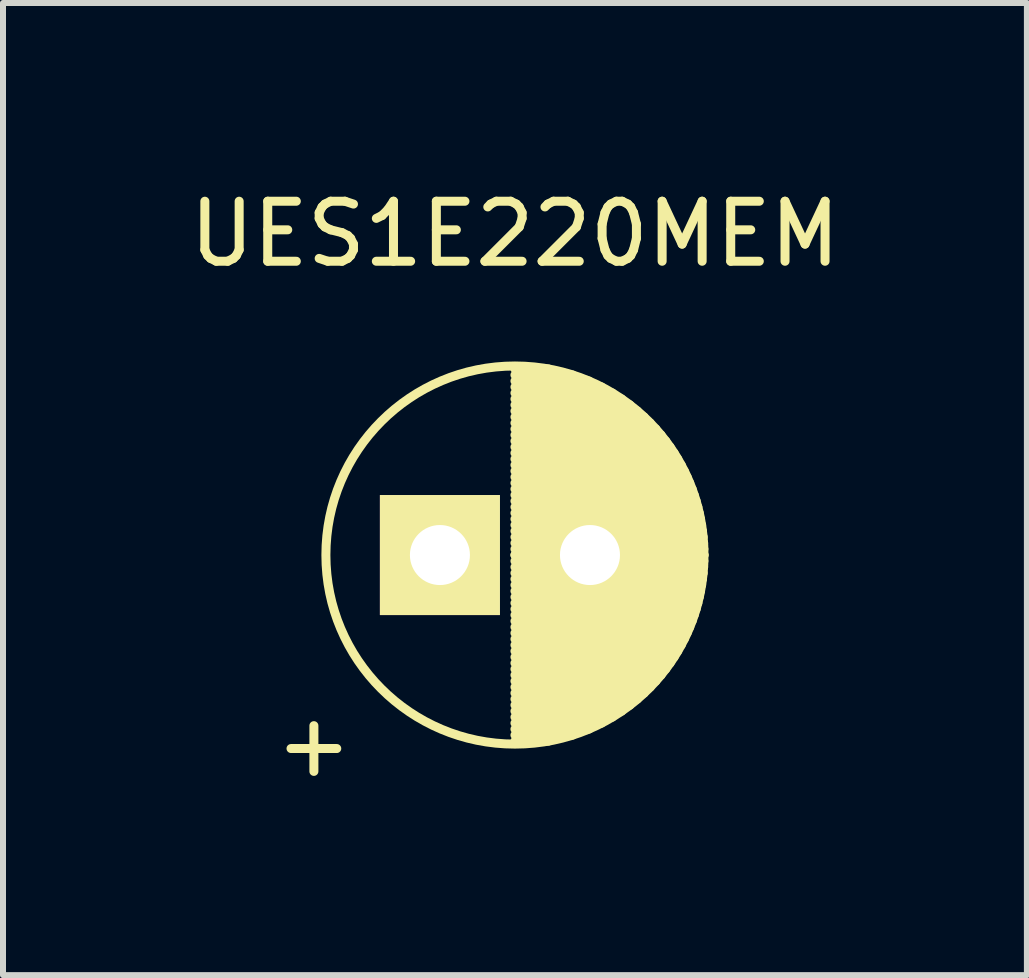
<source format=kicad_pcb>
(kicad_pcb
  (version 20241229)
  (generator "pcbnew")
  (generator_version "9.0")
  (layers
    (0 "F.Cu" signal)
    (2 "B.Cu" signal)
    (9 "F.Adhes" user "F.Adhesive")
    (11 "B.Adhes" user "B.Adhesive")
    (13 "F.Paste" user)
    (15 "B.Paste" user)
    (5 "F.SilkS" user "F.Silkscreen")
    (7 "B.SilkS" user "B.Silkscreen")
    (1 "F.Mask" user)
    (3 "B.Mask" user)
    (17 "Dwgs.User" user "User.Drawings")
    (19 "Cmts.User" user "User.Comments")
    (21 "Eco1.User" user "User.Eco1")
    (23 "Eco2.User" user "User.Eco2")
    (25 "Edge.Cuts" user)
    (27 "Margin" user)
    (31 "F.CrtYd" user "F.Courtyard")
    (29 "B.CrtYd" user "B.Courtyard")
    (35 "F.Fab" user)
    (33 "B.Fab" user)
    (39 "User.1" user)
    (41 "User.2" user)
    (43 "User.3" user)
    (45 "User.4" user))
  (footprint "UES1E220MEM"
    (layer "F.Cu")
    (at 4.28 6.198)
    (property "Reference" "UES1E220MEM" (at 1.25 -5.35 0) (layer "F.SilkS") (effects (font (size 1 1) (thickness 0.15))))
    (attr through_hole)
    (fp_line (start 1.25 -3.1) (end 1.809 -3.1) (stroke (width 0.15) (type solid)) (layer "F.SilkS"))
    (fp_line (start 1.25 -3) (end 2.21 -3) (stroke (width 0.15) (type solid)) (layer "F.SilkS"))
    (fp_line (start 1.25 -2.9) (end 2.48 -2.9) (stroke (width 0.15) (type solid)) (layer "F.SilkS"))
    (fp_line (start 1.25 -2.8) (end 2.693 -2.8) (stroke (width 0.15) (type solid)) (layer "F.SilkS"))
    (fp_line (start 1.25 -2.7) (end 2.872 -2.7) (stroke (width 0.15) (type solid)) (layer "F.SilkS"))
    (fp_line (start 1.25 -2.6) (end 3.028 -2.6) (stroke (width 0.15) (type solid)) (layer "F.SilkS"))
    (fp_line (start 1.25 -2.5) (end 3.166 -2.5) (stroke (width 0.15) (type solid)) (layer "F.SilkS"))
    (fp_line (start 1.25 -2.4) (end 3.29 -2.4) (stroke (width 0.15) (type solid)) (layer "F.SilkS"))
    (fp_line (start 1.25 -2.3) (end 3.402 -2.3) (stroke (width 0.15) (type solid)) (layer "F.SilkS"))
    (fp_line (start 1.25 -2.2) (end 3.504 -2.2) (stroke (width 0.15) (type solid)) (layer "F.SilkS"))
    (fp_line (start 1.25 -2.1) (end 3.598 -2.1) (stroke (width 0.15) (type solid)) (layer "F.SilkS"))
    (fp_line (start 1.25 -2) (end 3.684 -2) (stroke (width 0.15) (type solid)) (layer "F.SilkS"))
    (fp_line (start 1.25 -1.9) (end 3.762 -1.9) (stroke (width 0.15) (type solid)) (layer "F.SilkS"))
    (fp_line (start 1.25 -1.8) (end 3.835 -1.8) (stroke (width 0.15) (type solid)) (layer "F.SilkS"))
    (fp_line (start 1.25 -1.7) (end 3.902 -1.7) (stroke (width 0.15) (type solid)) (layer "F.SilkS"))
    (fp_line (start 1.25 -1.6) (end 3.963 -1.6) (stroke (width 0.15) (type solid)) (layer "F.SilkS"))
    (fp_line (start 1.25 -1.5) (end 4.02 -1.5) (stroke (width 0.15) (type solid)) (layer "F.SilkS"))
    (fp_line (start 1.25 -1.4) (end 4.072 -1.4) (stroke (width 0.15) (type solid)) (layer "F.SilkS"))
    (fp_line (start 1.25 -1.3) (end 4.119 -1.3) (stroke (width 0.15) (type solid)) (layer "F.SilkS"))
    (fp_line (start 1.25 -1.2) (end 4.162 -1.2) (stroke (width 0.15) (type solid)) (layer "F.SilkS"))
    (fp_line (start 1.25 -1.1) (end 4.202 -1.1) (stroke (width 0.15) (type solid)) (layer "F.SilkS"))
    (fp_line (start 1.25 -1) (end 4.237 -1) (stroke (width 0.15) (type solid)) (layer "F.SilkS"))
    (fp_line (start 1.25 -0.9) (end 4.269 -0.9) (stroke (width 0.15) (type solid)) (layer "F.SilkS"))
    (fp_line (start 1.25 -0.8) (end 4.297 -0.8) (stroke (width 0.15) (type solid)) (layer "F.SilkS"))
    (fp_line (start 1.25 -0.7) (end 4.321 -0.7) (stroke (width 0.15) (type solid)) (layer "F.SilkS"))
    (fp_line (start 1.25 -0.6) (end 4.342 -0.6) (stroke (width 0.15) (type solid)) (layer "F.SilkS"))
    (fp_line (start 1.25 -0.5) (end 4.36 -0.5) (stroke (width 0.15) (type solid)) (layer "F.SilkS"))
    (fp_line (start 1.25 -0.4) (end 4.375 -0.4) (stroke (width 0.15) (type solid)) (layer "F.SilkS"))
    (fp_line (start 1.25 -0.3) (end 4.386 -0.3) (stroke (width 0.15) (type solid)) (layer "F.SilkS"))
    (fp_line (start 1.25 -0.2) (end 4.394 -0.2) (stroke (width 0.15) (type solid)) (layer "F.SilkS"))
    (fp_line (start 1.25 -0.1) (end 4.398 -0.1) (stroke (width 0.15) (type solid)) (layer "F.SilkS"))
    (fp_line (start 1.25 0) (end 4.4 0) (stroke (width 0.15) (type solid)) (layer "F.SilkS"))
    (fp_line (start 1.25 0) (end 4.4 0) (stroke (width 0.15) (type solid)) (layer "F.SilkS"))
    (fp_line (start 1.25 0.1) (end 4.398 0.1) (stroke (width 0.15) (type solid)) (layer "F.SilkS"))
    (fp_line (start 1.25 0.2) (end 4.394 0.2) (stroke (width 0.15) (type solid)) (layer "F.SilkS"))
    (fp_line (start 1.25 0.3) (end 4.386 0.3) (stroke (width 0.15) (type solid)) (layer "F.SilkS"))
    (fp_line (start 1.25 0.4) (end 4.375 0.4) (stroke (width 0.15) (type solid)) (layer "F.SilkS"))
    (fp_line (start 1.25 0.5) (end 4.36 0.5) (stroke (width 0.15) (type solid)) (layer "F.SilkS"))
    (fp_line (start 1.25 0.6) (end 4.342 0.6) (stroke (width 0.15) (type solid)) (layer "F.SilkS"))
    (fp_line (start 1.25 0.7) (end 4.321 0.7) (stroke (width 0.15) (type solid)) (layer "F.SilkS"))
    (fp_line (start 1.25 0.8) (end 4.297 0.8) (stroke (width 0.15) (type solid)) (layer "F.SilkS"))
    (fp_line (start 1.25 0.9) (end 4.269 0.9) (stroke (width 0.15) (type solid)) (layer "F.SilkS"))
    (fp_line (start 1.25 1) (end 4.237 1) (stroke (width 0.15) (type solid)) (layer "F.SilkS"))
    (fp_line (start 1.25 1.1) (end 4.202 1.1) (stroke (width 0.15) (type solid)) (layer "F.SilkS"))
    (fp_line (start 1.25 1.2) (end 4.162 1.2) (stroke (width 0.15) (type solid)) (layer "F.SilkS"))
    (fp_line (start 1.25 1.3) (end 4.119 1.3) (stroke (width 0.15) (type solid)) (layer "F.SilkS"))
    (fp_line (start 1.25 1.4) (end 4.072 1.4) (stroke (width 0.15) (type solid)) (layer "F.SilkS"))
    (fp_line (start 1.25 1.5) (end 4.02 1.5) (stroke (width 0.15) (type solid)) (layer "F.SilkS"))
    (fp_line (start 1.25 1.6) (end 3.963 1.6) (stroke (width 0.15) (type solid)) (layer "F.SilkS"))
    (fp_line (start 1.25 1.7) (end 3.902 1.7) (stroke (width 0.15) (type solid)) (layer "F.SilkS"))
    (fp_line (start 1.25 1.8) (end 3.835 1.8) (stroke (width 0.15) (type solid)) (layer "F.SilkS"))
    (fp_line (start 1.25 1.9) (end 3.762 1.9) (stroke (width 0.15) (type solid)) (layer "F.SilkS"))
    (fp_line (start 1.25 2) (end 3.684 2) (stroke (width 0.15) (type solid)) (layer "F.SilkS"))
    (fp_line (start 1.25 2.1) (end 3.598 2.1) (stroke (width 0.15) (type solid)) (layer "F.SilkS"))
    (fp_line (start 1.25 2.2) (end 3.504 2.2) (stroke (width 0.15) (type solid)) (layer "F.SilkS"))
    (fp_line (start 1.25 2.3) (end 3.402 2.3) (stroke (width 0.15) (type solid)) (layer "F.SilkS"))
    (fp_line (start 1.25 2.4) (end 3.29 2.4) (stroke (width 0.15) (type solid)) (layer "F.SilkS"))
    (fp_line (start 1.25 2.5) (end 3.166 2.5) (stroke (width 0.15) (type solid)) (layer "F.SilkS"))
    (fp_line (start 1.25 2.6) (end 3.028 2.6) (stroke (width 0.15) (type solid)) (layer "F.SilkS"))
    (fp_line (start 1.25 2.7) (end 2.872 2.7) (stroke (width 0.15) (type solid)) (layer "F.SilkS"))
    (fp_line (start 1.25 2.8) (end 2.693 2.8) (stroke (width 0.15) (type solid)) (layer "F.SilkS"))
    (fp_line (start 1.25 2.9) (end 2.48 2.9) (stroke (width 0.15) (type solid)) (layer "F.SilkS"))
    (fp_line (start 1.25 3) (end 2.21 3) (stroke (width 0.15) (type solid)) (layer "F.SilkS"))
    (fp_line (start 1.25 3.1) (end 1.809 3.1) (stroke (width 0.15) (type solid)) (layer "F.SilkS"))
    (fp_circle (center 1.25 0) (end 1.25 -3.15) (stroke (width 0.15) (type solid)) (fill no) (layer "F.SilkS"))
    (fp_text user "+" (at -2.1 3.15 0) (layer "F.SilkS") (effects (font (size 1 1) (thickness 0.15))))
    (pad "1" thru_hole rect (at 0 0) (size 2 2) (drill 1) (layers "*.Cu" "*.Mask" "F.SilkS"))
    (pad "2" thru_hole circle (at 2.5 0) (size 2 2) (drill 1) (layers "*.Cu" "*.Mask" "F.SilkS")))
  (gr_rect
    (start -3 -3)
    (end 14.06 13.197)
    (stroke (width 0.1) (type default))
    (fill no)
    (layer "Edge.Cuts")))
</source>
